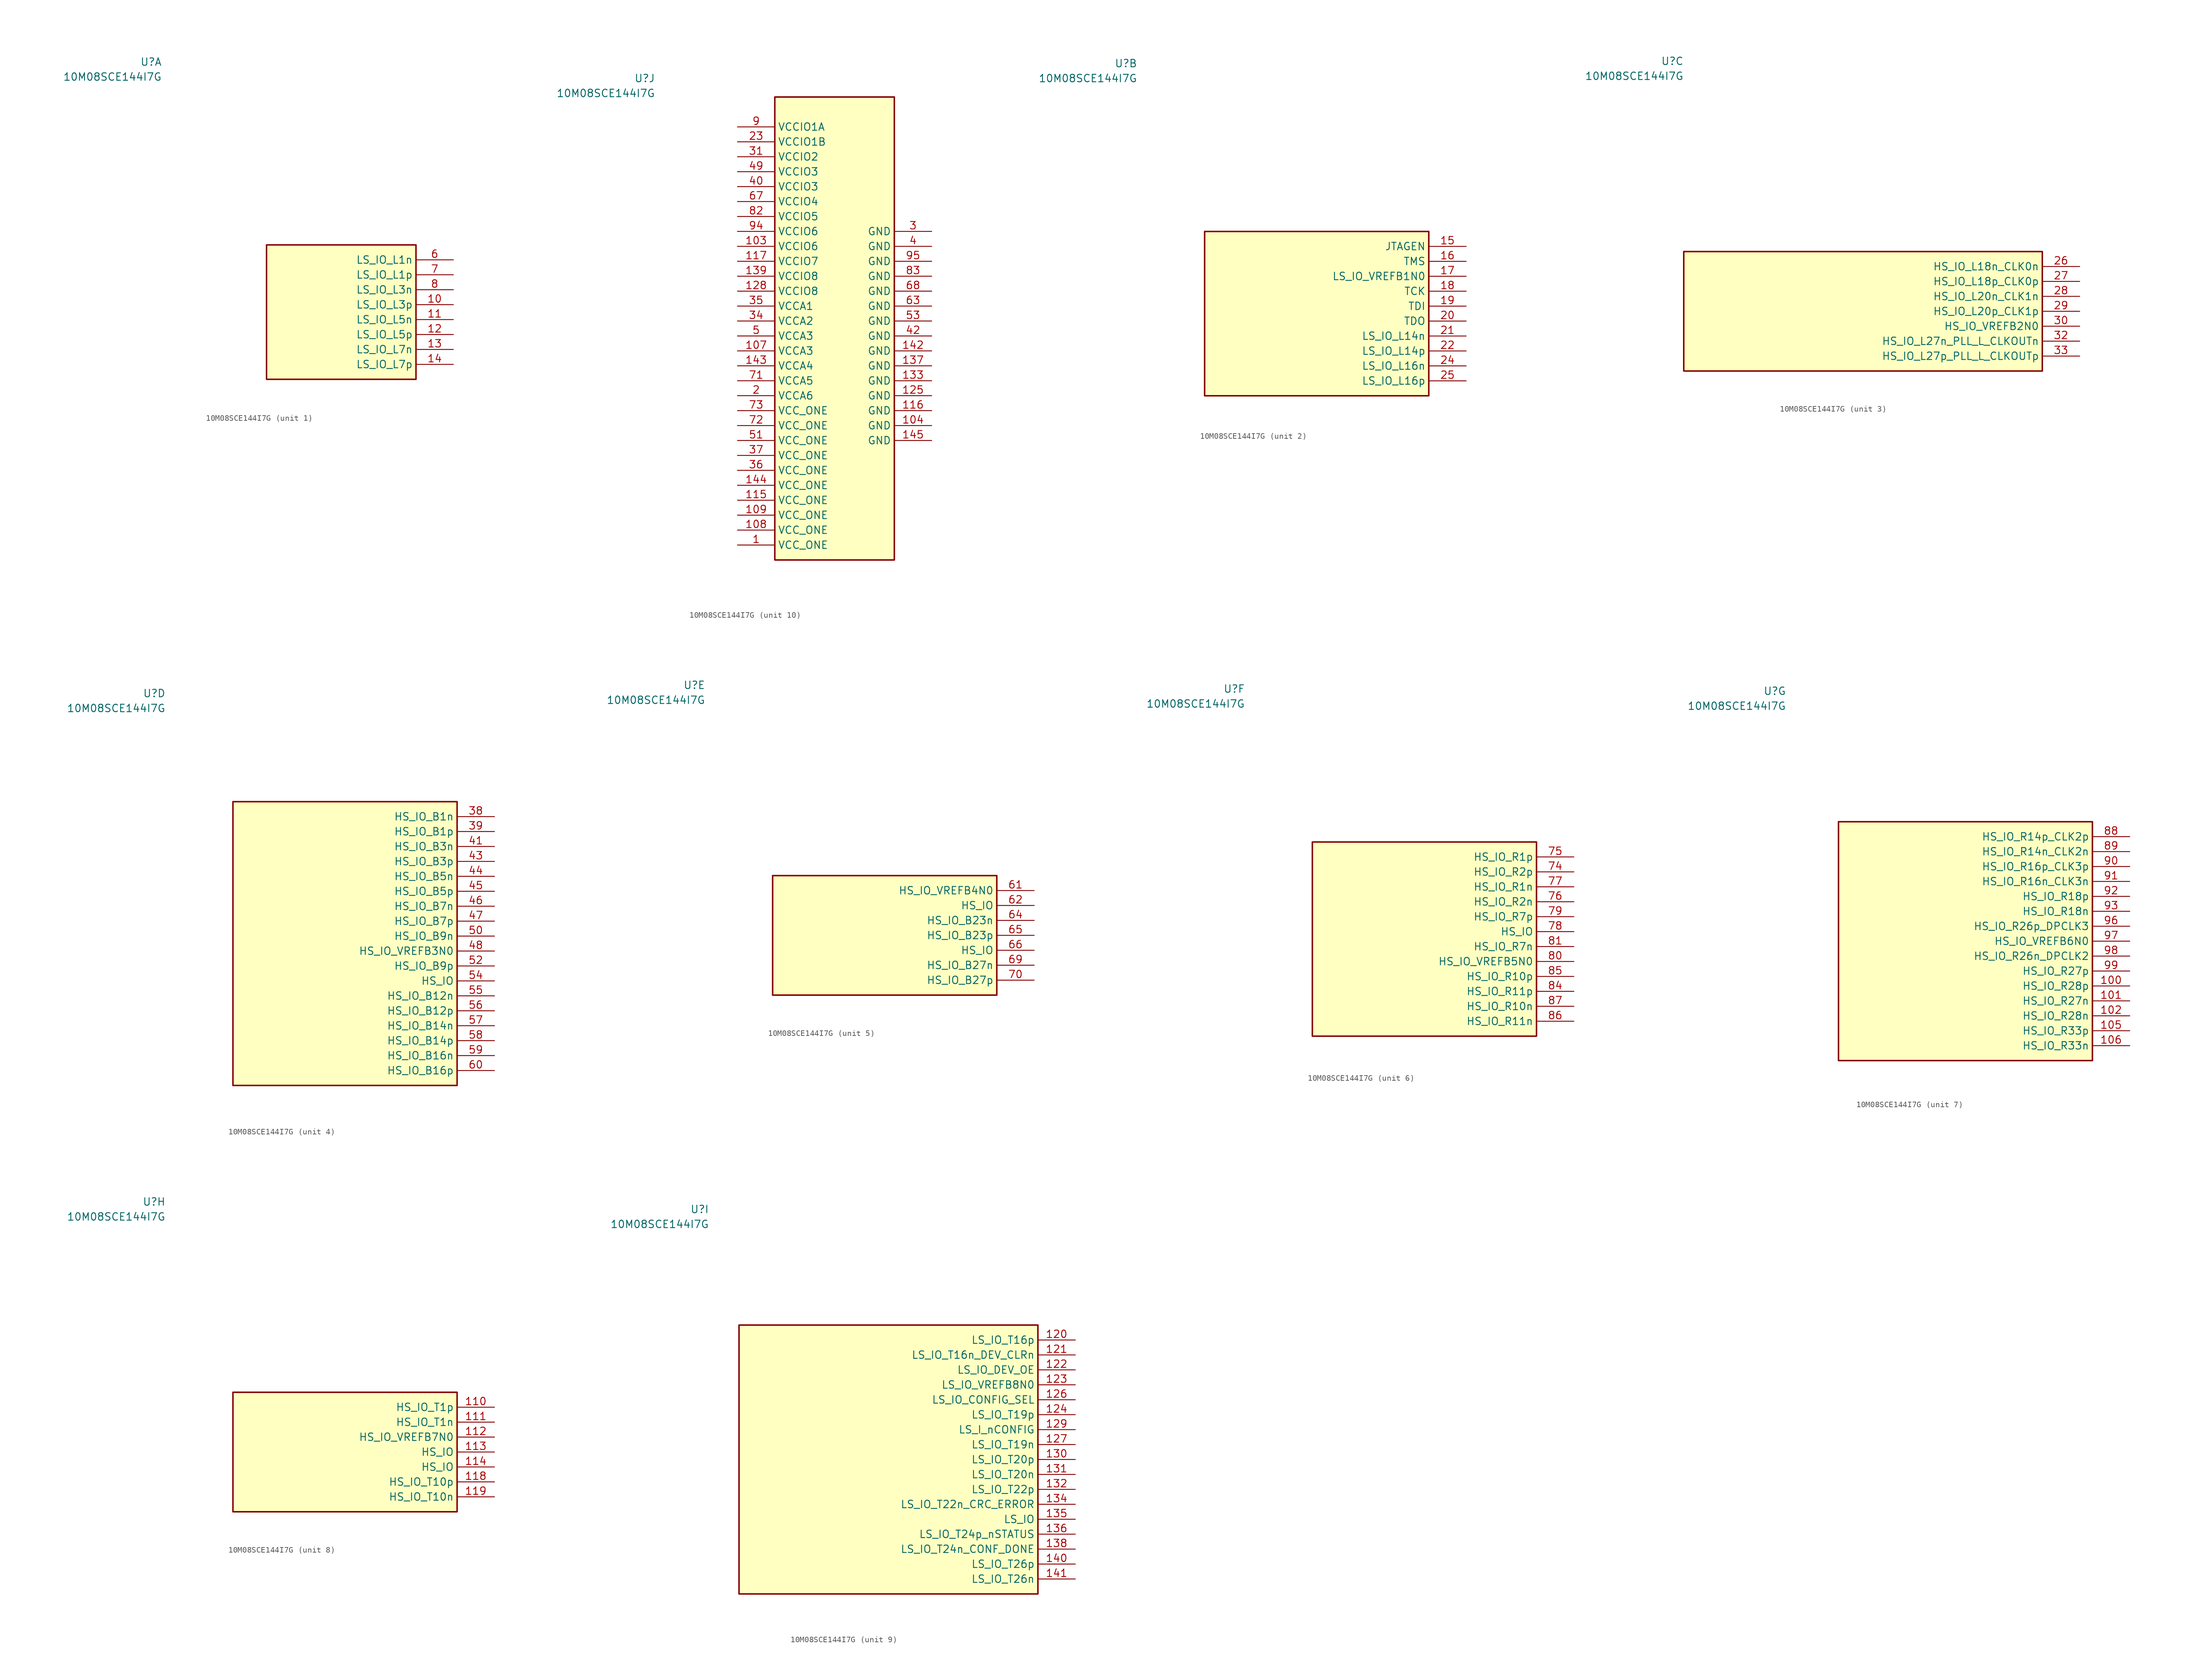
<source format=kicad_sym>
(kicad_symbol_lib
  (version 20241209)
  (generator "kicad_symbol_editor")
  (generator_version "8.0")
  (symbol "10M08SCE144I7G"
    (property "Reference" "U"
      (at -30.48 42.545 0)
      (effects (font (size 1.27 1.27)) (justify right) (hide no)))
    (property "Value" "10M08SCE144I7G"
      (at -30.48 40.005 0)
      (effects (font (size 1.27 1.27)) (justify right) (hide no)))
    (symbol "10M08SCE144I7G_1_1"
      (rectangle (start -12.7 -11.43) (end 12.7 11.43) (stroke (width 0.254) (type solid)) (fill (type background)))
      (pin bidirectional line (at 19.05 8.89 180) (length 6.35) (name "LS_IO_L1n" (effects (font (size 1.27 1.27)))) (number "6" (effects (font (size 1.27 1.27)))))
      (pin bidirectional line (at 19.05 6.35 180) (length 6.35) (name "LS_IO_L1p" (effects (font (size 1.27 1.27)))) (number "7" (effects (font (size 1.27 1.27)))))
      (pin bidirectional line (at 19.05 3.81 180) (length 6.35) (name "LS_IO_L3n" (effects (font (size 1.27 1.27)))) (number "8" (effects (font (size 1.27 1.27)))))
      (pin bidirectional line (at 19.05 1.27 180) (length 6.35) (name "LS_IO_L3p" (effects (font (size 1.27 1.27)))) (number "10" (effects (font (size 1.27 1.27)))))
      (pin bidirectional line (at 19.05 -1.27 180) (length 6.35) (name "LS_IO_L5n" (effects (font (size 1.27 1.27)))) (number "11" (effects (font (size 1.27 1.27)))))
      (pin bidirectional line (at 19.05 -3.81 180) (length 6.35) (name "LS_IO_L5p" (effects (font (size 1.27 1.27)))) (number "12" (effects (font (size 1.27 1.27)))))
      (pin bidirectional line (at 19.05 -6.35 180) (length 6.35) (name "LS_IO_L7n" (effects (font (size 1.27 1.27)))) (number "13" (effects (font (size 1.27 1.27)))))
      (pin bidirectional line (at 19.05 -8.89 180) (length 6.35) (name "LS_IO_L7p" (effects (font (size 1.27 1.27)))) (number "14" (effects (font (size 1.27 1.27))))))
    (symbol "10M08SCE144I7G_2_1"
      (rectangle (start -19.05 -13.97) (end 19.05 13.97) (stroke (width 0.254) (type solid)) (fill (type background)))
      (pin bidirectional line (at 25.4 11.43 180) (length 6.35) (name "JTAGEN" (effects (font (size 1.27 1.27)))) (number "15" (effects (font (size 1.27 1.27)))))
      (pin bidirectional line (at 25.4 8.89 180) (length 6.35) (name "TMS" (effects (font (size 1.27 1.27)))) (number "16" (effects (font (size 1.27 1.27)))))
      (pin bidirectional line (at 25.4 6.35 180) (length 6.35) (name "LS_IO_VREFB1N0" (effects (font (size 1.27 1.27)))) (number "17" (effects (font (size 1.27 1.27)))))
      (pin bidirectional line (at 25.4 3.81 180) (length 6.35) (name "TCK" (effects (font (size 1.27 1.27)))) (number "18" (effects (font (size 1.27 1.27)))))
      (pin bidirectional line (at 25.4 1.27 180) (length 6.35) (name "TDI" (effects (font (size 1.27 1.27)))) (number "19" (effects (font (size 1.27 1.27)))))
      (pin bidirectional line (at 25.4 -1.27 180) (length 6.35) (name "TDO" (effects (font (size 1.27 1.27)))) (number "20" (effects (font (size 1.27 1.27)))))
      (pin bidirectional line (at 25.4 -3.81 180) (length 6.35) (name "LS_IO_L14n" (effects (font (size 1.27 1.27)))) (number "21" (effects (font (size 1.27 1.27)))))
      (pin bidirectional line (at 25.4 -6.35 180) (length 6.35) (name "LS_IO_L14p" (effects (font (size 1.27 1.27)))) (number "22" (effects (font (size 1.27 1.27)))))
      (pin bidirectional line (at 25.4 -8.89 180) (length 6.35) (name "LS_IO_L16n" (effects (font (size 1.27 1.27)))) (number "24" (effects (font (size 1.27 1.27)))))
      (pin bidirectional line (at 25.4 -11.43 180) (length 6.35) (name "LS_IO_L16p" (effects (font (size 1.27 1.27)))) (number "25" (effects (font (size 1.27 1.27))))))
    (symbol "10M08SCE144I7G_3_1"
      (rectangle (start -30.48 -10.16) (end 30.48 10.16) (stroke (width 0.254) (type solid)) (fill (type background)))
      (pin bidirectional line (at 36.83 7.62 180) (length 6.35) (name "HS_IO_L18n_CLK0n" (effects (font (size 1.27 1.27)))) (number "26" (effects (font (size 1.27 1.27)))))
      (pin bidirectional line (at 36.83 5.08 180) (length 6.35) (name "HS_IO_L18p_CLK0p" (effects (font (size 1.27 1.27)))) (number "27" (effects (font (size 1.27 1.27)))))
      (pin bidirectional line (at 36.83 2.54 180) (length 6.35) (name "HS_IO_L20n_CLK1n" (effects (font (size 1.27 1.27)))) (number "28" (effects (font (size 1.27 1.27)))))
      (pin bidirectional line (at 36.83 0.0 180) (length 6.35) (name "HS_IO_L20p_CLK1p" (effects (font (size 1.27 1.27)))) (number "29" (effects (font (size 1.27 1.27)))))
      (pin bidirectional line (at 36.83 -2.54 180) (length 6.35) (name "HS_IO_VREFB2N0" (effects (font (size 1.27 1.27)))) (number "30" (effects (font (size 1.27 1.27)))))
      (pin bidirectional line (at 36.83 -5.08 180) (length 6.35) (name "HS_IO_L27n_PLL_L_CLKOUTn" (effects (font (size 1.27 1.27)))) (number "32" (effects (font (size 1.27 1.27)))))
      (pin bidirectional line (at 36.83 -7.62 180) (length 6.35) (name "HS_IO_L27p_PLL_L_CLKOUTp" (effects (font (size 1.27 1.27)))) (number "33" (effects (font (size 1.27 1.27))))))
    (symbol "10M08SCE144I7G_4_1"
      (rectangle (start -19.05 -24.13) (end 19.05 24.13) (stroke (width 0.254) (type solid)) (fill (type background)))
      (pin bidirectional line (at 25.4 21.59 180) (length 6.35) (name "HS_IO_B1n" (effects (font (size 1.27 1.27)))) (number "38" (effects (font (size 1.27 1.27)))))
      (pin bidirectional line (at 25.4 19.05 180) (length 6.35) (name "HS_IO_B1p" (effects (font (size 1.27 1.27)))) (number "39" (effects (font (size 1.27 1.27)))))
      (pin bidirectional line (at 25.4 16.51 180) (length 6.35) (name "HS_IO_B3n" (effects (font (size 1.27 1.27)))) (number "41" (effects (font (size 1.27 1.27)))))
      (pin bidirectional line (at 25.4 13.97 180) (length 6.35) (name "HS_IO_B3p" (effects (font (size 1.27 1.27)))) (number "43" (effects (font (size 1.27 1.27)))))
      (pin bidirectional line (at 25.4 11.43 180) (length 6.35) (name "HS_IO_B5n" (effects (font (size 1.27 1.27)))) (number "44" (effects (font (size 1.27 1.27)))))
      (pin bidirectional line (at 25.4 8.89 180) (length 6.35) (name "HS_IO_B5p" (effects (font (size 1.27 1.27)))) (number "45" (effects (font (size 1.27 1.27)))))
      (pin bidirectional line (at 25.4 6.35 180) (length 6.35) (name "HS_IO_B7n" (effects (font (size 1.27 1.27)))) (number "46" (effects (font (size 1.27 1.27)))))
      (pin bidirectional line (at 25.4 3.81 180) (length 6.35) (name "HS_IO_B7p" (effects (font (size 1.27 1.27)))) (number "47" (effects (font (size 1.27 1.27)))))
      (pin bidirectional line (at 25.4 1.27 180) (length 6.35) (name "HS_IO_B9n" (effects (font (size 1.27 1.27)))) (number "50" (effects (font (size 1.27 1.27)))))
      (pin bidirectional line (at 25.4 -1.27 180) (length 6.35) (name "HS_IO_VREFB3N0" (effects (font (size 1.27 1.27)))) (number "48" (effects (font (size 1.27 1.27)))))
      (pin bidirectional line (at 25.4 -3.81 180) (length 6.35) (name "HS_IO_B9p" (effects (font (size 1.27 1.27)))) (number "52" (effects (font (size 1.27 1.27)))))
      (pin bidirectional line (at 25.4 -6.35 180) (length 6.35) (name "HS_IO" (effects (font (size 1.27 1.27)))) (number "54" (effects (font (size 1.27 1.27)))))
      (pin bidirectional line (at 25.4 -8.89 180) (length 6.35) (name "HS_IO_B12n" (effects (font (size 1.27 1.27)))) (number "55" (effects (font (size 1.27 1.27)))))
      (pin bidirectional line (at 25.4 -11.43 180) (length 6.35) (name "HS_IO_B12p" (effects (font (size 1.27 1.27)))) (number "56" (effects (font (size 1.27 1.27)))))
      (pin bidirectional line (at 25.4 -13.97 180) (length 6.35) (name "HS_IO_B14n" (effects (font (size 1.27 1.27)))) (number "57" (effects (font (size 1.27 1.27)))))
      (pin bidirectional line (at 25.4 -16.51 180) (length 6.35) (name "HS_IO_B14p" (effects (font (size 1.27 1.27)))) (number "58" (effects (font (size 1.27 1.27)))))
      (pin bidirectional line (at 25.4 -19.05 180) (length 6.35) (name "HS_IO_B16n" (effects (font (size 1.27 1.27)))) (number "59" (effects (font (size 1.27 1.27)))))
      (pin bidirectional line (at 25.4 -21.59 180) (length 6.35) (name "HS_IO_B16p" (effects (font (size 1.27 1.27)))) (number "60" (effects (font (size 1.27 1.27))))))
    (symbol "10M08SCE144I7G_5_1"
      (rectangle (start -19.05 -10.16) (end 19.05 10.16) (stroke (width 0.254) (type solid)) (fill (type background)))
      (pin bidirectional line (at 25.4 7.62 180) (length 6.35) (name "HS_IO_VREFB4N0" (effects (font (size 1.27 1.27)))) (number "61" (effects (font (size 1.27 1.27)))))
      (pin bidirectional line (at 25.4 5.08 180) (length 6.35) (name "HS_IO" (effects (font (size 1.27 1.27)))) (number "62" (effects (font (size 1.27 1.27)))))
      (pin bidirectional line (at 25.4 2.54 180) (length 6.35) (name "HS_IO_B23n" (effects (font (size 1.27 1.27)))) (number "64" (effects (font (size 1.27 1.27)))))
      (pin bidirectional line (at 25.4 0.0 180) (length 6.35) (name "HS_IO_B23p" (effects (font (size 1.27 1.27)))) (number "65" (effects (font (size 1.27 1.27)))))
      (pin bidirectional line (at 25.4 -2.54 180) (length 6.35) (name "HS_IO" (effects (font (size 1.27 1.27)))) (number "66" (effects (font (size 1.27 1.27)))))
      (pin bidirectional line (at 25.4 -5.08 180) (length 6.35) (name "HS_IO_B27n" (effects (font (size 1.27 1.27)))) (number "69" (effects (font (size 1.27 1.27)))))
      (pin bidirectional line (at 25.4 -7.62 180) (length 6.35) (name "HS_IO_B27p" (effects (font (size 1.27 1.27)))) (number "70" (effects (font (size 1.27 1.27))))))
    (symbol "10M08SCE144I7G_6_1"
      (rectangle (start -19.05 -16.51) (end 19.05 16.51) (stroke (width 0.254) (type solid)) (fill (type background)))
      (pin bidirectional line (at 25.4 13.97 180) (length 6.35) (name "HS_IO_R1p" (effects (font (size 1.27 1.27)))) (number "75" (effects (font (size 1.27 1.27)))))
      (pin bidirectional line (at 25.4 11.43 180) (length 6.35) (name "HS_IO_R2p" (effects (font (size 1.27 1.27)))) (number "74" (effects (font (size 1.27 1.27)))))
      (pin bidirectional line (at 25.4 8.89 180) (length 6.35) (name "HS_IO_R1n" (effects (font (size 1.27 1.27)))) (number "77" (effects (font (size 1.27 1.27)))))
      (pin bidirectional line (at 25.4 6.35 180) (length 6.35) (name "HS_IO_R2n" (effects (font (size 1.27 1.27)))) (number "76" (effects (font (size 1.27 1.27)))))
      (pin bidirectional line (at 25.4 3.81 180) (length 6.35) (name "HS_IO_R7p" (effects (font (size 1.27 1.27)))) (number "79" (effects (font (size 1.27 1.27)))))
      (pin bidirectional line (at 25.4 1.27 180) (length 6.35) (name "HS_IO" (effects (font (size 1.27 1.27)))) (number "78" (effects (font (size 1.27 1.27)))))
      (pin bidirectional line (at 25.4 -1.27 180) (length 6.35) (name "HS_IO_R7n" (effects (font (size 1.27 1.27)))) (number "81" (effects (font (size 1.27 1.27)))))
      (pin bidirectional line (at 25.4 -3.81 180) (length 6.35) (name "HS_IO_VREFB5N0" (effects (font (size 1.27 1.27)))) (number "80" (effects (font (size 1.27 1.27)))))
      (pin bidirectional line (at 25.4 -6.35 180) (length 6.35) (name "HS_IO_R10p" (effects (font (size 1.27 1.27)))) (number "85" (effects (font (size 1.27 1.27)))))
      (pin bidirectional line (at 25.4 -8.89 180) (length 6.35) (name "HS_IO_R11p" (effects (font (size 1.27 1.27)))) (number "84" (effects (font (size 1.27 1.27)))))
      (pin bidirectional line (at 25.4 -11.43 180) (length 6.35) (name "HS_IO_R10n" (effects (font (size 1.27 1.27)))) (number "87" (effects (font (size 1.27 1.27)))))
      (pin bidirectional line (at 25.4 -13.97 180) (length 6.35) (name "HS_IO_R11n" (effects (font (size 1.27 1.27)))) (number "86" (effects (font (size 1.27 1.27))))))
    (symbol "10M08SCE144I7G_7_1"
      (rectangle (start -21.59 -20.32) (end 21.59 20.32) (stroke (width 0.254) (type solid)) (fill (type background)))
      (pin bidirectional line (at 27.94 17.78 180) (length 6.35) (name "HS_IO_R14p_CLK2p" (effects (font (size 1.27 1.27)))) (number "88" (effects (font (size 1.27 1.27)))))
      (pin bidirectional line (at 27.94 15.24 180) (length 6.35) (name "HS_IO_R14n_CLK2n" (effects (font (size 1.27 1.27)))) (number "89" (effects (font (size 1.27 1.27)))))
      (pin bidirectional line (at 27.94 12.7 180) (length 6.35) (name "HS_IO_R16p_CLK3p" (effects (font (size 1.27 1.27)))) (number "90" (effects (font (size 1.27 1.27)))))
      (pin bidirectional line (at 27.94 10.16 180) (length 6.35) (name "HS_IO_R16n_CLK3n" (effects (font (size 1.27 1.27)))) (number "91" (effects (font (size 1.27 1.27)))))
      (pin bidirectional line (at 27.94 7.62 180) (length 6.35) (name "HS_IO_R18p" (effects (font (size 1.27 1.27)))) (number "92" (effects (font (size 1.27 1.27)))))
      (pin bidirectional line (at 27.94 5.08 180) (length 6.35) (name "HS_IO_R18n" (effects (font (size 1.27 1.27)))) (number "93" (effects (font (size 1.27 1.27)))))
      (pin bidirectional line (at 27.94 2.54 180) (length 6.35) (name "HS_IO_R26p_DPCLK3" (effects (font (size 1.27 1.27)))) (number "96" (effects (font (size 1.27 1.27)))))
      (pin bidirectional line (at 27.94 3.552713678800501e-15 180) (length 6.35) (name "HS_IO_VREFB6N0" (effects (font (size 1.27 1.27)))) (number "97" (effects (font (size 1.27 1.27)))))
      (pin bidirectional line (at 27.94 -2.54 180) (length 6.35) (name "HS_IO_R26n_DPCLK2" (effects (font (size 1.27 1.27)))) (number "98" (effects (font (size 1.27 1.27)))))
      (pin bidirectional line (at 27.94 -5.08 180) (length 6.35) (name "HS_IO_R27p" (effects (font (size 1.27 1.27)))) (number "99" (effects (font (size 1.27 1.27)))))
      (pin bidirectional line (at 27.94 -7.62 180) (length 6.35) (name "HS_IO_R28p" (effects (font (size 1.27 1.27)))) (number "100" (effects (font (size 1.27 1.27)))))
      (pin bidirectional line (at 27.94 -10.16 180) (length 6.35) (name "HS_IO_R27n" (effects (font (size 1.27 1.27)))) (number "101" (effects (font (size 1.27 1.27)))))
      (pin bidirectional line (at 27.94 -12.7 180) (length 6.35) (name "HS_IO_R28n" (effects (font (size 1.27 1.27)))) (number "102" (effects (font (size 1.27 1.27)))))
      (pin bidirectional line (at 27.94 -15.24 180) (length 6.35) (name "HS_IO_R33p" (effects (font (size 1.27 1.27)))) (number "105" (effects (font (size 1.27 1.27)))))
      (pin bidirectional line (at 27.94 -17.78 180) (length 6.35) (name "HS_IO_R33n" (effects (font (size 1.27 1.27)))) (number "106" (effects (font (size 1.27 1.27))))))
    (symbol "10M08SCE144I7G_8_1"
      (rectangle (start -19.05 -10.16) (end 19.05 10.16) (stroke (width 0.254) (type solid)) (fill (type background)))
      (pin bidirectional line (at 25.4 7.62 180) (length 6.35) (name "HS_IO_T1p" (effects (font (size 1.27 1.27)))) (number "110" (effects (font (size 1.27 1.27)))))
      (pin bidirectional line (at 25.4 5.08 180) (length 6.35) (name "HS_IO_T1n" (effects (font (size 1.27 1.27)))) (number "111" (effects (font (size 1.27 1.27)))))
      (pin bidirectional line (at 25.4 2.54 180) (length 6.35) (name "HS_IO_VREFB7N0" (effects (font (size 1.27 1.27)))) (number "112" (effects (font (size 1.27 1.27)))))
      (pin bidirectional line (at 25.4 0.0 180) (length 6.35) (name "HS_IO" (effects (font (size 1.27 1.27)))) (number "113" (effects (font (size 1.27 1.27)))))
      (pin bidirectional line (at 25.4 -2.54 180) (length 6.35) (name "HS_IO" (effects (font (size 1.27 1.27)))) (number "114" (effects (font (size 1.27 1.27)))))
      (pin bidirectional line (at 25.4 -5.08 180) (length 6.35) (name "HS_IO_T10p" (effects (font (size 1.27 1.27)))) (number "118" (effects (font (size 1.27 1.27)))))
      (pin bidirectional line (at 25.4 -7.62 180) (length 6.35) (name "HS_IO_T10n" (effects (font (size 1.27 1.27)))) (number "119" (effects (font (size 1.27 1.27))))))
    (symbol "10M08SCE144I7G_9_1"
      (rectangle (start -25.4 -22.86) (end 25.4 22.86) (stroke (width 0.254) (type solid)) (fill (type background)))
      (pin bidirectional line (at 31.75 20.32 180) (length 6.35) (name "LS_IO_T16p" (effects (font (size 1.27 1.27)))) (number "120" (effects (font (size 1.27 1.27)))))
      (pin bidirectional line (at 31.75 17.78 180) (length 6.35) (name "LS_IO_T16n_DEV_CLRn" (effects (font (size 1.27 1.27)))) (number "121" (effects (font (size 1.27 1.27)))))
      (pin bidirectional line (at 31.75 15.24 180) (length 6.35) (name "LS_IO_DEV_OE" (effects (font (size 1.27 1.27)))) (number "122" (effects (font (size 1.27 1.27)))))
      (pin bidirectional line (at 31.75 12.7 180) (length 6.35) (name "LS_IO_VREFB8N0" (effects (font (size 1.27 1.27)))) (number "123" (effects (font (size 1.27 1.27)))))
      (pin bidirectional line (at 31.75 10.16 180) (length 6.35) (name "LS_IO_CONFIG_SEL" (effects (font (size 1.27 1.27)))) (number "126" (effects (font (size 1.27 1.27)))))
      (pin bidirectional line (at 31.75 7.62 180) (length 6.35) (name "LS_IO_T19p" (effects (font (size 1.27 1.27)))) (number "124" (effects (font (size 1.27 1.27)))))
      (pin input line (at 31.75 5.08 180) (length 6.35) (name "LS_I_nCONFIG" (effects (font (size 1.27 1.27)))) (number "129" (effects (font (size 1.27 1.27)))))
      (pin bidirectional line (at 31.75 2.54 180) (length 6.35) (name "LS_IO_T19n" (effects (font (size 1.27 1.27)))) (number "127" (effects (font (size 1.27 1.27)))))
      (pin bidirectional line (at 31.75 3.552713678800501e-15 180) (length 6.35) (name "LS_IO_T20p" (effects (font (size 1.27 1.27)))) (number "130" (effects (font (size 1.27 1.27)))))
      (pin bidirectional line (at 31.75 -2.54 180) (length 6.35) (name "LS_IO_T20n" (effects (font (size 1.27 1.27)))) (number "131" (effects (font (size 1.27 1.27)))))
      (pin bidirectional line (at 31.75 -5.08 180) (length 6.35) (name "LS_IO_T22p" (effects (font (size 1.27 1.27)))) (number "132" (effects (font (size 1.27 1.27)))))
      (pin bidirectional line (at 31.75 -7.62 180) (length 6.35) (name "LS_IO_T22n_CRC_ERROR" (effects (font (size 1.27 1.27)))) (number "134" (effects (font (size 1.27 1.27)))))
      (pin bidirectional line (at 31.75 -10.16 180) (length 6.35) (name "LS_IO" (effects (font (size 1.27 1.27)))) (number "135" (effects (font (size 1.27 1.27)))))
      (pin bidirectional line (at 31.75 -12.7 180) (length 6.35) (name "LS_IO_T24p_nSTATUS" (effects (font (size 1.27 1.27)))) (number "136" (effects (font (size 1.27 1.27)))))
      (pin bidirectional line (at 31.75 -15.24 180) (length 6.35) (name "LS_IO_T24n_CONF_DONE" (effects (font (size 1.27 1.27)))) (number "138" (effects (font (size 1.27 1.27)))))
      (pin bidirectional line (at 31.75 -17.78 180) (length 6.35) (name "LS_IO_T26p" (effects (font (size 1.27 1.27)))) (number "140" (effects (font (size 1.27 1.27)))))
      (pin bidirectional line (at 31.75 -20.32 180) (length 6.35) (name "LS_IO_T26n" (effects (font (size 1.27 1.27)))) (number "141" (effects (font (size 1.27 1.27))))))
    (symbol "10M08SCE144I7G_10_1"
      (rectangle (start -10.16 -39.37) (end 10.16 39.37) (stroke (width 0.254) (type solid)) (fill (type background)))
      (pin power_in line (at -16.51 34.29 0) (length 6.35) (name "VCCIO1A" (effects (font (size 1.27 1.27)))) (number "9" (effects (font (size 1.27 1.27)))))
      (pin power_in line (at -16.51 31.75 0) (length 6.35) (name "VCCIO1B" (effects (font (size 1.27 1.27)))) (number "23" (effects (font (size 1.27 1.27)))))
      (pin power_in line (at -16.51 29.21 0) (length 6.35) (name "VCCIO2" (effects (font (size 1.27 1.27)))) (number "31" (effects (font (size 1.27 1.27)))))
      (pin power_in line (at -16.51 26.67 0) (length 6.35) (name "VCCIO3" (effects (font (size 1.27 1.27)))) (number "49" (effects (font (size 1.27 1.27)))))
      (pin power_in line (at -16.51 24.13 0) (length 6.35) (name "VCCIO3" (effects (font (size 1.27 1.27)))) (number "40" (effects (font (size 1.27 1.27)))))
      (pin power_in line (at -16.51 21.59 0) (length 6.35) (name "VCCIO4" (effects (font (size 1.27 1.27)))) (number "67" (effects (font (size 1.27 1.27)))))
      (pin power_in line (at -16.51 19.05 0) (length 6.35) (name "VCCIO5" (effects (font (size 1.27 1.27)))) (number "82" (effects (font (size 1.27 1.27)))))
      (pin power_in line (at -16.51 16.51 0) (length 6.35) (name "VCCIO6" (effects (font (size 1.27 1.27)))) (number "94" (effects (font (size 1.27 1.27)))))
      (pin power_in line (at -16.51 13.97 0) (length 6.35) (name "VCCIO6" (effects (font (size 1.27 1.27)))) (number "103" (effects (font (size 1.27 1.27)))))
      (pin power_in line (at -16.51 11.43 0) (length 6.35) (name "VCCIO7" (effects (font (size 1.27 1.27)))) (number "117" (effects (font (size 1.27 1.27)))))
      (pin power_in line (at -16.51 8.89 0) (length 6.35) (name "VCCIO8" (effects (font (size 1.27 1.27)))) (number "139" (effects (font (size 1.27 1.27)))))
      (pin power_in line (at -16.51 6.35 0) (length 6.35) (name "VCCIO8" (effects (font (size 1.27 1.27)))) (number "128" (effects (font (size 1.27 1.27)))))
      (pin power_in line (at -16.51 3.81 0) (length 6.35) (name "VCCA1" (effects (font (size 1.27 1.27)))) (number "35" (effects (font (size 1.27 1.27)))))
      (pin power_in line (at -16.51 1.27 0) (length 6.35) (name "VCCA2" (effects (font (size 1.27 1.27)))) (number "34" (effects (font (size 1.27 1.27)))))
      (pin power_in line (at -16.51 -1.27 0) (length 6.35) (name "VCCA3" (effects (font (size 1.27 1.27)))) (number "5" (effects (font (size 1.27 1.27)))))
      (pin power_in line (at -16.51 -3.81 0) (length 6.35) (name "VCCA3" (effects (font (size 1.27 1.27)))) (number "107" (effects (font (size 1.27 1.27)))))
      (pin power_in line (at -16.51 -6.35 0) (length 6.35) (name "VCCA4" (effects (font (size 1.27 1.27)))) (number "143" (effects (font (size 1.27 1.27)))))
      (pin power_in line (at -16.51 -8.89 0) (length 6.35) (name "VCCA5" (effects (font (size 1.27 1.27)))) (number "71" (effects (font (size 1.27 1.27)))))
      (pin power_in line (at -16.51 -11.43 0) (length 6.35) (name "VCCA6" (effects (font (size 1.27 1.27)))) (number "2" (effects (font (size 1.27 1.27)))))
      (pin power_in line (at -16.51 -13.97 0) (length 6.35) (name "VCC_ONE" (effects (font (size 1.27 1.27)))) (number "73" (effects (font (size 1.27 1.27)))))
      (pin power_in line (at -16.51 -16.51 0) (length 6.35) (name "VCC_ONE" (effects (font (size 1.27 1.27)))) (number "72" (effects (font (size 1.27 1.27)))))
      (pin power_in line (at -16.51 -19.05 0) (length 6.35) (name "VCC_ONE" (effects (font (size 1.27 1.27)))) (number "51" (effects (font (size 1.27 1.27)))))
      (pin power_in line (at -16.51 -21.59 0) (length 6.35) (name "VCC_ONE" (effects (font (size 1.27 1.27)))) (number "37" (effects (font (size 1.27 1.27)))))
      (pin power_in line (at -16.51 -24.13 0) (length 6.35) (name "VCC_ONE" (effects (font (size 1.27 1.27)))) (number "36" (effects (font (size 1.27 1.27)))))
      (pin power_in line (at -16.51 -26.67 0) (length 6.35) (name "VCC_ONE" (effects (font (size 1.27 1.27)))) (number "144" (effects (font (size 1.27 1.27)))))
      (pin power_in line (at -16.51 -29.21 0) (length 6.35) (name "VCC_ONE" (effects (font (size 1.27 1.27)))) (number "115" (effects (font (size 1.27 1.27)))))
      (pin power_in line (at -16.51 -31.75 0) (length 6.35) (name "VCC_ONE" (effects (font (size 1.27 1.27)))) (number "109" (effects (font (size 1.27 1.27)))))
      (pin power_in line (at -16.51 -34.29 0) (length 6.35) (name "VCC_ONE" (effects (font (size 1.27 1.27)))) (number "108" (effects (font (size 1.27 1.27)))))
      (pin power_in line (at -16.51 -36.83 0) (length 6.35) (name "VCC_ONE" (effects (font (size 1.27 1.27)))) (number "1" (effects (font (size 1.27 1.27)))))
      (pin power_in line (at 16.51 16.51 180) (length 6.35) (name "GND" (effects (font (size 1.27 1.27)))) (number "3" (effects (font (size 1.27 1.27)))))
      (pin power_in line (at 16.51 13.97 180) (length 6.35) (name "GND" (effects (font (size 1.27 1.27)))) (number "4" (effects (font (size 1.27 1.27)))))
      (pin power_in line (at 16.51 11.43 180) (length 6.35) (name "GND" (effects (font (size 1.27 1.27)))) (number "95" (effects (font (size 1.27 1.27)))))
      (pin power_in line (at 16.51 8.89 180) (length 6.35) (name "GND" (effects (font (size 1.27 1.27)))) (number "83" (effects (font (size 1.27 1.27)))))
      (pin power_in line (at 16.51 6.35 180) (length 6.35) (name "GND" (effects (font (size 1.27 1.27)))) (number "68" (effects (font (size 1.27 1.27)))))
      (pin power_in line (at 16.51 3.81 180) (length 6.35) (name "GND" (effects (font (size 1.27 1.27)))) (number "63" (effects (font (size 1.27 1.27)))))
      (pin power_in line (at 16.51 1.27 180) (length 6.35) (name "GND" (effects (font (size 1.27 1.27)))) (number "53" (effects (font (size 1.27 1.27)))))
      (pin power_in line (at 16.51 -1.27 180) (length 6.35) (name "GND" (effects (font (size 1.27 1.27)))) (number "42" (effects (font (size 1.27 1.27)))))
      (pin power_in line (at 16.51 -3.81 180) (length 6.35) (name "GND" (effects (font (size 1.27 1.27)))) (number "142" (effects (font (size 1.27 1.27)))))
      (pin power_in line (at 16.51 -6.35 180) (length 6.35) (name "GND" (effects (font (size 1.27 1.27)))) (number "137" (effects (font (size 1.27 1.27)))))
      (pin power_in line (at 16.51 -8.89 180) (length 6.35) (name "GND" (effects (font (size 1.27 1.27)))) (number "133" (effects (font (size 1.27 1.27)))))
      (pin power_in line (at 16.51 -11.43 180) (length 6.35) (name "GND" (effects (font (size 1.27 1.27)))) (number "125" (effects (font (size 1.27 1.27)))))
      (pin power_in line (at 16.51 -13.97 180) (length 6.35) (name "GND" (effects (font (size 1.27 1.27)))) (number "116" (effects (font (size 1.27 1.27)))))
      (pin power_in line (at 16.51 -16.51 180) (length 6.35) (name "GND" (effects (font (size 1.27 1.27)))) (number "104" (effects (font (size 1.27 1.27)))))
      (pin power_in line (at 16.51 -19.05 180) (length 6.35) (name "GND" (effects (font (size 1.27 1.27)))) (number "145" (effects (font (size 1.27 1.27))))))))
</source>
